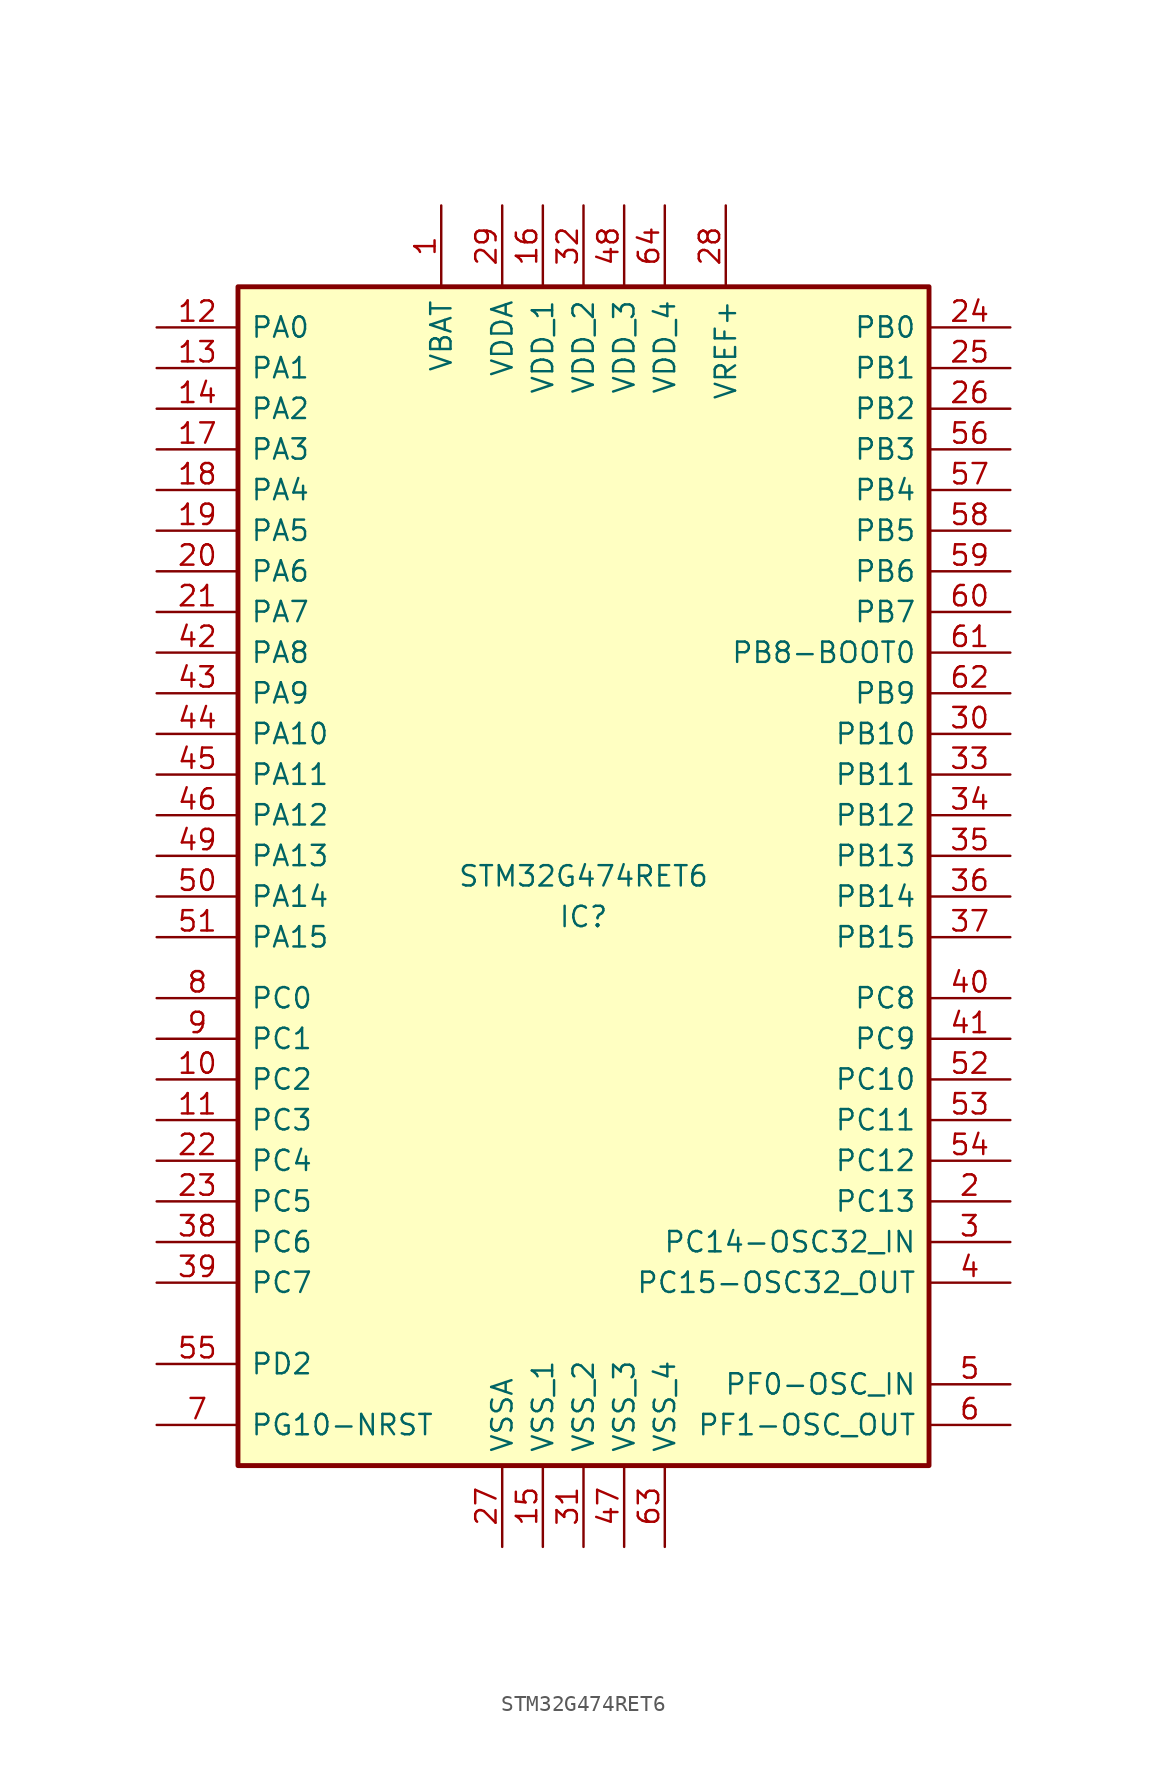
<source format=kicad_sym>
(kicad_symbol_lib
  (version 20211014)
  (generator kicad_symbol_editor)
  (symbol "STM32G474RET6"
    (pin_names
      (offset 0.762))
    (property "Reference" "IC"
      (at 0 -2.54 0)
      (effects (font (size 1.27 1.27))))
    (property "Value" "STM32G474RET6"
      (at 0 0 0)
      (effects (font (size 1.27 1.27))))
    (symbol "STM32G474RET6_0_0"
      (pin power_in line (at -8.89 41.91 270) (length 5.08) (name "VBAT" (effects (font (size 1.27 1.27)))) (number "1" (effects (font (size 1.27 1.27)))))
      (pin bidirectional line (at -26.67 -12.7 0) (length 5.08) (name "PC2" (effects (font (size 1.27 1.27)))) (number "10" (effects (font (size 1.27 1.27)))))
      (pin bidirectional line (at -26.67 -15.24 0) (length 5.08) (name "PC3" (effects (font (size 1.27 1.27)))) (number "11" (effects (font (size 1.27 1.27)))))
      (pin bidirectional line (at -26.67 34.29 0) (length 5.08) (name "PA0" (effects (font (size 1.27 1.27)))) (number "12" (effects (font (size 1.27 1.27)))))
      (pin bidirectional line (at -26.67 31.75 0) (length 5.08) (name "PA1" (effects (font (size 1.27 1.27)))) (number "13" (effects (font (size 1.27 1.27)))))
      (pin bidirectional line (at -26.67 29.21 0) (length 5.08) (name "PA2" (effects (font (size 1.27 1.27)))) (number "14" (effects (font (size 1.27 1.27)))))
      (pin power_in line (at -2.54 -41.91 90) (length 5.08) (name "VSS_1" (effects (font (size 1.27 1.27)))) (number "15" (effects (font (size 1.27 1.27)))))
      (pin power_in line (at -2.54 41.91 270) (length 5.08) (name "VDD_1" (effects (font (size 1.27 1.27)))) (number "16" (effects (font (size 1.27 1.27)))))
      (pin bidirectional line (at -26.67 26.67 0) (length 5.08) (name "PA3" (effects (font (size 1.27 1.27)))) (number "17" (effects (font (size 1.27 1.27)))))
      (pin bidirectional line (at -26.67 24.13 0) (length 5.08) (name "PA4" (effects (font (size 1.27 1.27)))) (number "18" (effects (font (size 1.27 1.27)))))
      (pin bidirectional line (at -26.67 21.59 0) (length 5.08) (name "PA5" (effects (font (size 1.27 1.27)))) (number "19" (effects (font (size 1.27 1.27)))))
      (pin bidirectional line (at 26.67 -20.32 180) (length 5.08) (name "PC13" (effects (font (size 1.27 1.27)))) (number "2" (effects (font (size 1.27 1.27)))))
      (pin bidirectional line (at -26.67 19.05 0) (length 5.08) (name "PA6" (effects (font (size 1.27 1.27)))) (number "20" (effects (font (size 1.27 1.27)))))
      (pin bidirectional line (at -26.67 16.51 0) (length 5.08) (name "PA7" (effects (font (size 1.27 1.27)))) (number "21" (effects (font (size 1.27 1.27)))))
      (pin bidirectional line (at -26.67 -17.78 0) (length 5.08) (name "PC4" (effects (font (size 1.27 1.27)))) (number "22" (effects (font (size 1.27 1.27)))))
      (pin bidirectional line (at -26.67 -20.32 0) (length 5.08) (name "PC5" (effects (font (size 1.27 1.27)))) (number "23" (effects (font (size 1.27 1.27)))))
      (pin bidirectional line (at 26.67 34.29 180) (length 5.08) (name "PB0" (effects (font (size 1.27 1.27)))) (number "24" (effects (font (size 1.27 1.27)))))
      (pin bidirectional line (at 26.67 31.75 180) (length 5.08) (name "PB1" (effects (font (size 1.27 1.27)))) (number "25" (effects (font (size 1.27 1.27)))))
      (pin bidirectional line (at 26.67 29.21 180) (length 5.08) (name "PB2" (effects (font (size 1.27 1.27)))) (number "26" (effects (font (size 1.27 1.27)))))
      (pin power_in line (at -5.08 -41.91 90) (length 5.08) (name "VSSA" (effects (font (size 1.27 1.27)))) (number "27" (effects (font (size 1.27 1.27)))))
      (pin output line (at 8.89 41.91 270) (length 5.08) (name "VREF+" (effects (font (size 1.27 1.27)))) (number "28" (effects (font (size 1.27 1.27)))))
      (pin power_in line (at -5.08 41.91 270) (length 5.08) (name "VDDA" (effects (font (size 1.27 1.27)))) (number "29" (effects (font (size 1.27 1.27)))))
      (pin bidirectional line (at 26.67 -22.86 180) (length 5.08) (name "PC14-OSC32_IN" (effects (font (size 1.27 1.27)))) (number "3" (effects (font (size 1.27 1.27)))))
      (pin bidirectional line (at 26.67 8.89 180) (length 5.08) (name "PB10" (effects (font (size 1.27 1.27)))) (number "30" (effects (font (size 1.27 1.27)))))
      (pin power_in line (at 0 -41.91 90) (length 5.08) (name "VSS_2" (effects (font (size 1.27 1.27)))) (number "31" (effects (font (size 1.27 1.27)))))
      (pin power_in line (at 0 41.91 270) (length 5.08) (name "VDD_2" (effects (font (size 1.27 1.27)))) (number "32" (effects (font (size 1.27 1.27)))))
      (pin bidirectional line (at 26.67 6.35 180) (length 5.08) (name "PB11" (effects (font (size 1.27 1.27)))) (number "33" (effects (font (size 1.27 1.27)))))
      (pin bidirectional line (at 26.67 3.81 180) (length 5.08) (name "PB12" (effects (font (size 1.27 1.27)))) (number "34" (effects (font (size 1.27 1.27)))))
      (pin bidirectional line (at 26.67 1.27 180) (length 5.08) (name "PB13" (effects (font (size 1.27 1.27)))) (number "35" (effects (font (size 1.27 1.27)))))
      (pin bidirectional line (at 26.67 -1.27 180) (length 5.08) (name "PB14" (effects (font (size 1.27 1.27)))) (number "36" (effects (font (size 1.27 1.27)))))
      (pin bidirectional line (at 26.67 -3.81 180) (length 5.08) (name "PB15" (effects (font (size 1.27 1.27)))) (number "37" (effects (font (size 1.27 1.27)))))
      (pin bidirectional line (at -26.67 -22.86 0) (length 5.08) (name "PC6" (effects (font (size 1.27 1.27)))) (number "38" (effects (font (size 1.27 1.27)))))
      (pin bidirectional line (at -26.67 -25.4 0) (length 5.08) (name "PC7" (effects (font (size 1.27 1.27)))) (number "39" (effects (font (size 1.27 1.27)))))
      (pin bidirectional line (at 26.67 -25.4 180) (length 5.08) (name "PC15-OSC32_OUT" (effects (font (size 1.27 1.27)))) (number "4" (effects (font (size 1.27 1.27)))))
      (pin bidirectional line (at 26.67 -7.62 180) (length 5.08) (name "PC8" (effects (font (size 1.27 1.27)))) (number "40" (effects (font (size 1.27 1.27)))))
      (pin bidirectional line (at 26.67 -10.16 180) (length 5.08) (name "PC9" (effects (font (size 1.27 1.27)))) (number "41" (effects (font (size 1.27 1.27)))))
      (pin bidirectional line (at -26.67 13.97 0) (length 5.08) (name "PA8" (effects (font (size 1.27 1.27)))) (number "42" (effects (font (size 1.27 1.27)))))
      (pin bidirectional line (at -26.67 11.43 0) (length 5.08) (name "PA9" (effects (font (size 1.27 1.27)))) (number "43" (effects (font (size 1.27 1.27)))))
      (pin bidirectional line (at -26.67 8.89 0) (length 5.08) (name "PA10" (effects (font (size 1.27 1.27)))) (number "44" (effects (font (size 1.27 1.27)))))
      (pin bidirectional line (at -26.67 6.35 0) (length 5.08) (name "PA11" (effects (font (size 1.27 1.27)))) (number "45" (effects (font (size 1.27 1.27)))))
      (pin bidirectional line (at -26.67 3.81 0) (length 5.08) (name "PA12" (effects (font (size 1.27 1.27)))) (number "46" (effects (font (size 1.27 1.27)))))
      (pin power_in line (at 2.54 -41.91 90) (length 5.08) (name "VSS_3" (effects (font (size 1.27 1.27)))) (number "47" (effects (font (size 1.27 1.27)))))
      (pin power_in line (at 2.54 41.91 270) (length 5.08) (name "VDD_3" (effects (font (size 1.27 1.27)))) (number "48" (effects (font (size 1.27 1.27)))))
      (pin bidirectional line (at -26.67 1.27 0) (length 5.08) (name "PA13" (effects (font (size 1.27 1.27)))) (number "49" (effects (font (size 1.27 1.27)))))
      (pin bidirectional line (at 26.67 -31.75 180) (length 5.08) (name "PF0-OSC_IN" (effects (font (size 1.27 1.27)))) (number "5" (effects (font (size 1.27 1.27)))))
      (pin bidirectional line (at -26.67 -1.27 0) (length 5.08) (name "PA14" (effects (font (size 1.27 1.27)))) (number "50" (effects (font (size 1.27 1.27)))))
      (pin bidirectional line (at -26.67 -3.81 0) (length 5.08) (name "PA15" (effects (font (size 1.27 1.27)))) (number "51" (effects (font (size 1.27 1.27)))))
      (pin bidirectional line (at 26.67 -12.7 180) (length 5.08) (name "PC10" (effects (font (size 1.27 1.27)))) (number "52" (effects (font (size 1.27 1.27)))))
      (pin bidirectional line (at 26.67 -15.24 180) (length 5.08) (name "PC11" (effects (font (size 1.27 1.27)))) (number "53" (effects (font (size 1.27 1.27)))))
      (pin bidirectional line (at 26.67 -17.78 180) (length 5.08) (name "PC12" (effects (font (size 1.27 1.27)))) (number "54" (effects (font (size 1.27 1.27)))))
      (pin bidirectional line (at -26.67 -30.48 0) (length 5.08) (name "PD2" (effects (font (size 1.27 1.27)))) (number "55" (effects (font (size 1.27 1.27)))))
      (pin bidirectional line (at 26.67 26.67 180) (length 5.08) (name "PB3" (effects (font (size 1.27 1.27)))) (number "56" (effects (font (size 1.27 1.27)))))
      (pin bidirectional line (at 26.67 24.13 180) (length 5.08) (name "PB4" (effects (font (size 1.27 1.27)))) (number "57" (effects (font (size 1.27 1.27)))))
      (pin bidirectional line (at 26.67 21.59 180) (length 5.08) (name "PB5" (effects (font (size 1.27 1.27)))) (number "58" (effects (font (size 1.27 1.27)))))
      (pin bidirectional line (at 26.67 19.05 180) (length 5.08) (name "PB6" (effects (font (size 1.27 1.27)))) (number "59" (effects (font (size 1.27 1.27)))))
      (pin bidirectional line (at 26.67 -34.29 180) (length 5.08) (name "PF1-OSC_OUT" (effects (font (size 1.27 1.27)))) (number "6" (effects (font (size 1.27 1.27)))))
      (pin bidirectional line (at 26.67 16.51 180) (length 5.08) (name "PB7" (effects (font (size 1.27 1.27)))) (number "60" (effects (font (size 1.27 1.27)))))
      (pin bidirectional line (at 26.67 13.97 180) (length 5.08) (name "PB8-BOOT0" (effects (font (size 1.27 1.27)))) (number "61" (effects (font (size 1.27 1.27)))))
      (pin bidirectional line (at 26.67 11.43 180) (length 5.08) (name "PB9" (effects (font (size 1.27 1.27)))) (number "62" (effects (font (size 1.27 1.27)))))
      (pin power_in line (at 5.08 -41.91 90) (length 5.08) (name "VSS_4" (effects (font (size 1.27 1.27)))) (number "63" (effects (font (size 1.27 1.27)))))
      (pin power_in line (at 5.08 41.91 270) (length 5.08) (name "VDD_4" (effects (font (size 1.27 1.27)))) (number "64" (effects (font (size 1.27 1.27)))))
      (pin bidirectional line (at -26.67 -34.29 0) (length 5.08) (name "PG10-NRST" (effects (font (size 1.27 1.27)))) (number "7" (effects (font (size 1.27 1.27)))))
      (pin bidirectional line (at -26.67 -7.62 0) (length 5.08) (name "PC0" (effects (font (size 1.27 1.27)))) (number "8" (effects (font (size 1.27 1.27)))))
      (pin bidirectional line (at -26.67 -10.16 0) (length 5.08) (name "PC1" (effects (font (size 1.27 1.27)))) (number "9" (effects (font (size 1.27 1.27))))))
    (symbol "STM32G474RET6_0_1"
      (rectangle (start -21.59 36.83) (end 21.59 -36.83) (stroke (width 0.305) (type default) (color 0 0 0 0)) (fill (type background))))))
</source>
